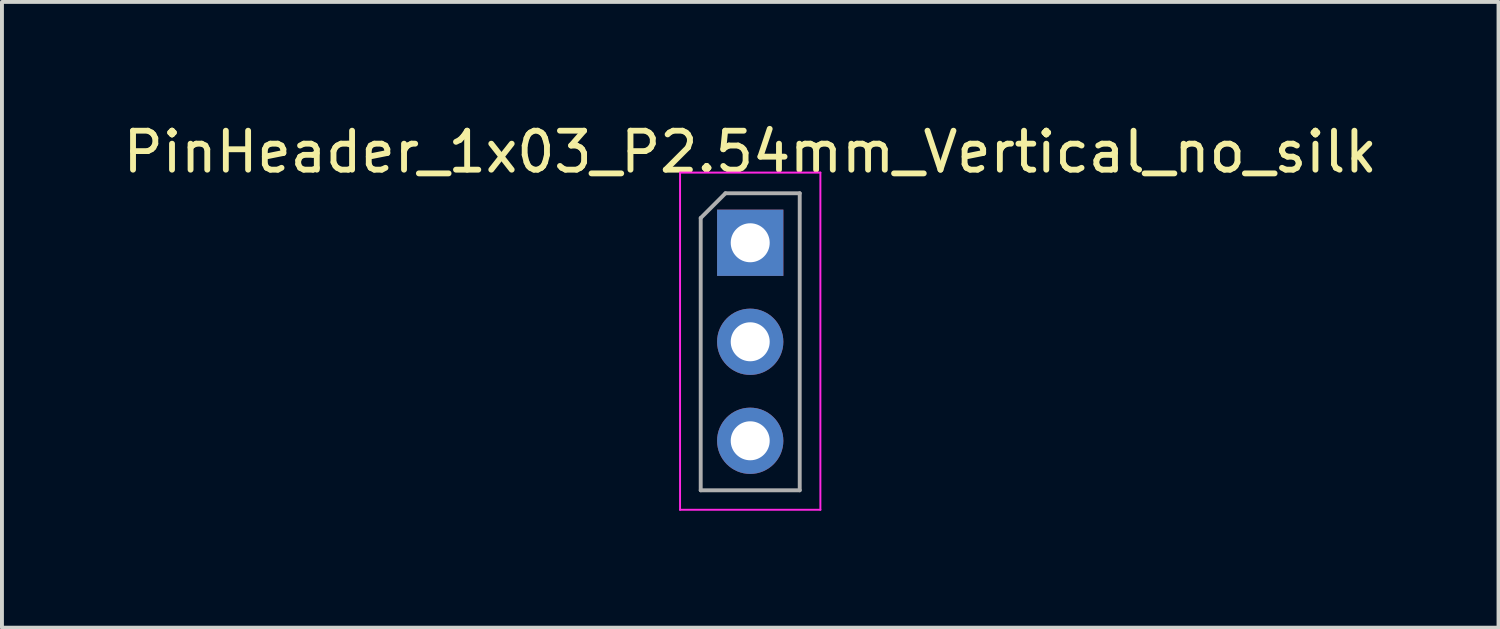
<source format=kicad_pcb>
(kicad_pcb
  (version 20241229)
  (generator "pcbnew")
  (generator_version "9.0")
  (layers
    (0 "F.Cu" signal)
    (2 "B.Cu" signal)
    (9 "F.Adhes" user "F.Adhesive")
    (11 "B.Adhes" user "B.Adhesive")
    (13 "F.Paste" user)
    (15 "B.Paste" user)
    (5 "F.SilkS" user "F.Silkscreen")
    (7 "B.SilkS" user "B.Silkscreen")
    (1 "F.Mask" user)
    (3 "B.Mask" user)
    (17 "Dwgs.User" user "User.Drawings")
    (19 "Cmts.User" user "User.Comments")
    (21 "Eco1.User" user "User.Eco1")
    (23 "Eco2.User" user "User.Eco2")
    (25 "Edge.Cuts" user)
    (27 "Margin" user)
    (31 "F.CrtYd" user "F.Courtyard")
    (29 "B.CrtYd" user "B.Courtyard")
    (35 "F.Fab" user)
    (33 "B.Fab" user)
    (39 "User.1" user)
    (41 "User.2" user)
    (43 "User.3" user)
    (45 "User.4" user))
  (footprint "PinHeader_1x03_P2.54mm_Vertical_no_silk"
    (layer "F.Cu")
    (at 16.196 3.178)
    (property "Reference" "PinHeader_1x03_P2.54mm_Vertical_no_silk" (at 0 -2.33 0) (layer "F.SilkS") (effects (font (size 1 1) (thickness 0.15))))
    (attr through_hole)
    (fp_line (start -1.8 -1.8) (end -1.8 6.85) (stroke (width 0.05) (type solid)) (layer "F.CrtYd"))
    (fp_line (start -1.8 6.85) (end 1.8 6.85) (stroke (width 0.05) (type solid)) (layer "F.CrtYd"))
    (fp_line (start 1.8 -1.8) (end -1.8 -1.8) (stroke (width 0.05) (type solid)) (layer "F.CrtYd"))
    (fp_line (start 1.8 6.85) (end 1.8 -1.8) (stroke (width 0.05) (type solid)) (layer "F.CrtYd"))
    (fp_line (start -1.27 -0.635) (end -0.635 -1.27) (stroke (width 0.1) (type solid)) (layer "F.Fab"))
    (fp_line (start -1.27 6.35) (end -1.27 -0.635) (stroke (width 0.1) (type solid)) (layer "F.Fab"))
    (fp_line (start -0.635 -1.27) (end 1.27 -1.27) (stroke (width 0.1) (type solid)) (layer "F.Fab"))
    (fp_line (start 1.27 -1.27) (end 1.27 6.35) (stroke (width 0.1) (type solid)) (layer "F.Fab"))
    (fp_line (start 1.27 6.35) (end -1.27 6.35) (stroke (width 0.1) (type solid)) (layer "F.Fab"))
    (pad "1" thru_hole rect (at 0 0) (size 1.7 1.7) (drill 1) (layers "*.Cu" "*.Mask"))
    (pad "2" thru_hole oval (at 0 2.54) (size 1.7 1.7) (drill 1) (layers "*.Cu" "*.Mask"))
    (pad "3" thru_hole oval (at 0 5.08) (size 1.7 1.7) (drill 1) (layers "*.Cu" "*.Mask")))
  (gr_rect
    (start -3 -3)
    (end 35.393 13.053)
    (stroke (width 0.1) (type default))
    (fill no)
    (layer "Edge.Cuts")))
</source>
